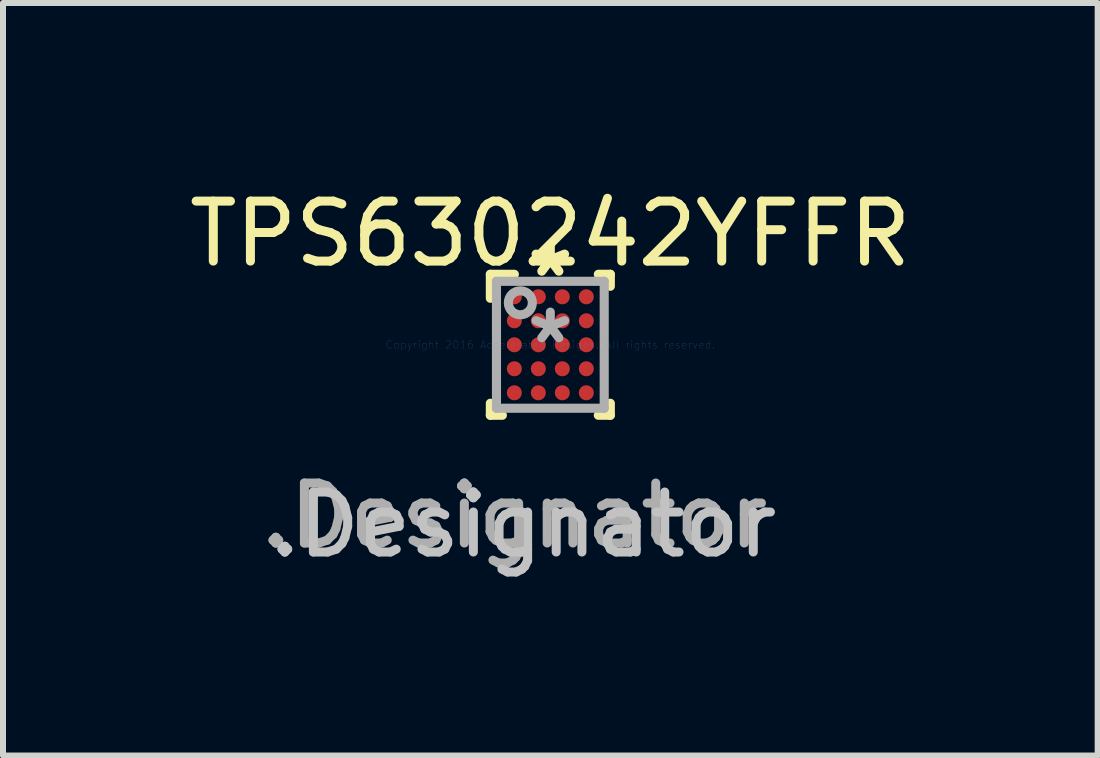
<source format=kicad_pcb>
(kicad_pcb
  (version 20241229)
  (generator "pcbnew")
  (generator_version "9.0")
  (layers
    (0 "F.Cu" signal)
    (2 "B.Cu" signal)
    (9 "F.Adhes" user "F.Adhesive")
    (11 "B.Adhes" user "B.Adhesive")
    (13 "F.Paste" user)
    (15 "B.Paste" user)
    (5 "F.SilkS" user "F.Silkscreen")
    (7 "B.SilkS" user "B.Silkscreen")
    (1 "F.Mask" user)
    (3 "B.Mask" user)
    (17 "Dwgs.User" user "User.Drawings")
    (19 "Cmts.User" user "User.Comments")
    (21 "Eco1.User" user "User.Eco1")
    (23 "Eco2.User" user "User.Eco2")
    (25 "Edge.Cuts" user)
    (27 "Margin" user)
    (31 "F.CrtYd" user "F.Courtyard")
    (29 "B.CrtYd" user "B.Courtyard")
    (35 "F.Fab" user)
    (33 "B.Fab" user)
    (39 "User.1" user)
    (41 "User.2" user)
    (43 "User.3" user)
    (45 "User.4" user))
  (footprint "TPS630242YFFR"
    (layer "F.Cu")
    (at 6.125 2.698)
    (property "Reference" "TPS630242YFFR" (at 0 -1.85 0) (layer "F.SilkS") (effects (font (size 1 1) (thickness 0.15))))
    (attr through_hole)
    (fp_line (start -1 -1.175) (end -0.6 -1.175) (stroke (width 0.152) (type solid)) (layer "F.SilkS"))
    (fp_line (start -1 -0.775) (end -1 -1.175) (stroke (width 0.152) (type solid)) (layer "F.SilkS"))
    (fp_line (start -1 1.175) (end -1 0.975) (stroke (width 0.152) (type solid)) (layer "F.SilkS"))
    (fp_line (start -1 1.175) (end -0.8 1.175) (stroke (width 0.152) (type solid)) (layer "F.SilkS"))
    (fp_line (start 0.8 -1.175) (end 1 -1.175) (stroke (width 0.152) (type solid)) (layer "F.SilkS"))
    (fp_line (start 0.8 1.175) (end 1 1.175) (stroke (width 0.152) (type solid)) (layer "F.SilkS"))
    (fp_line (start 1 -0.975) (end 1 -1.175) (stroke (width 0.152) (type solid)) (layer "F.SilkS"))
    (fp_line (start 1 1.175) (end 1 0.975) (stroke (width 0.152) (type solid)) (layer "F.SilkS"))
    (fp_line (start -0.725 -0.875) (end -0.725 -0.725) (stroke (width 0.152) (type solid)) (layer "F.Paste"))
    (fp_line (start -0.725 -0.725) (end -0.675 -0.725) (stroke (width 0.152) (type solid)) (layer "F.Paste"))
    (fp_line (start -0.725 -0.475) (end -0.725 -0.325) (stroke (width 0.152) (type solid)) (layer "F.Paste"))
    (fp_line (start -0.725 -0.325) (end -0.675 -0.325) (stroke (width 0.152) (type solid)) (layer "F.Paste"))
    (fp_line (start -0.725 -0.075) (end -0.725 0.075) (stroke (width 0.152) (type solid)) (layer "F.Paste"))
    (fp_line (start -0.725 0.075) (end -0.675 0.075) (stroke (width 0.152) (type solid)) (layer "F.Paste"))
    (fp_line (start -0.725 0.325) (end -0.725 0.475) (stroke (width 0.152) (type solid)) (layer "F.Paste"))
    (fp_line (start -0.725 0.475) (end -0.675 0.475) (stroke (width 0.152) (type solid)) (layer "F.Paste"))
    (fp_line (start -0.725 0.725) (end -0.725 0.875) (stroke (width 0.152) (type solid)) (layer "F.Paste"))
    (fp_line (start -0.725 0.875) (end -0.675 0.875) (stroke (width 0.152) (type solid)) (layer "F.Paste"))
    (fp_line (start -0.675 -0.925) (end -0.675 -0.875) (stroke (width 0.152) (type solid)) (layer "F.Paste"))
    (fp_line (start -0.675 -0.875) (end -0.675 -0.725) (stroke (width 0.152) (type solid)) (layer "F.Paste"))
    (fp_line (start -0.675 -0.875) (end -0.725 -0.875) (stroke (width 0.152) (type solid)) (layer "F.Paste"))
    (fp_line (start -0.675 -0.875) (end -0.525 -0.875) (stroke (width 0.152) (type solid)) (layer "F.Paste"))
    (fp_line (start -0.675 -0.725) (end -0.675 -0.875) (stroke (width 0.152) (type solid)) (layer "F.Paste"))
    (fp_line (start -0.675 -0.725) (end -0.675 -0.675) (stroke (width 0.152) (type solid)) (layer "F.Paste"))
    (fp_line (start -0.675 -0.725) (end -0.525 -0.725) (stroke (width 0.152) (type solid)) (layer "F.Paste"))
    (fp_line (start -0.675 -0.675) (end -0.525 -0.675) (stroke (width 0.152) (type solid)) (layer "F.Paste"))
    (fp_line (start -0.675 -0.525) (end -0.675 -0.475) (stroke (width 0.152) (type solid)) (layer "F.Paste"))
    (fp_line (start -0.675 -0.475) (end -0.675 -0.325) (stroke (width 0.152) (type solid)) (layer "F.Paste"))
    (fp_line (start -0.675 -0.475) (end -0.725 -0.475) (stroke (width 0.152) (type solid)) (layer "F.Paste"))
    (fp_line (start -0.675 -0.475) (end -0.525 -0.475) (stroke (width 0.152) (type solid)) (layer "F.Paste"))
    (fp_line (start -0.675 -0.325) (end -0.675 -0.475) (stroke (width 0.152) (type solid)) (layer "F.Paste"))
    (fp_line (start -0.675 -0.325) (end -0.675 -0.275) (stroke (width 0.152) (type solid)) (layer "F.Paste"))
    (fp_line (start -0.675 -0.325) (end -0.525 -0.325) (stroke (width 0.152) (type solid)) (layer "F.Paste"))
    (fp_line (start -0.675 -0.275) (end -0.525 -0.275) (stroke (width 0.152) (type solid)) (layer "F.Paste"))
    (fp_line (start -0.675 -0.125) (end -0.675 -0.075) (stroke (width 0.152) (type solid)) (layer "F.Paste"))
    (fp_line (start -0.675 -0.075) (end -0.675 0.075) (stroke (width 0.152) (type solid)) (layer "F.Paste"))
    (fp_line (start -0.675 -0.075) (end -0.725 -0.075) (stroke (width 0.152) (type solid)) (layer "F.Paste"))
    (fp_line (start -0.675 -0.075) (end -0.525 -0.075) (stroke (width 0.152) (type solid)) (layer "F.Paste"))
    (fp_line (start -0.675 0.075) (end -0.675 -0.075) (stroke (width 0.152) (type solid)) (layer "F.Paste"))
    (fp_line (start -0.675 0.075) (end -0.675 0.125) (stroke (width 0.152) (type solid)) (layer "F.Paste"))
    (fp_line (start -0.675 0.075) (end -0.525 0.075) (stroke (width 0.152) (type solid)) (layer "F.Paste"))
    (fp_line (start -0.675 0.125) (end -0.525 0.125) (stroke (width 0.152) (type solid)) (layer "F.Paste"))
    (fp_line (start -0.675 0.275) (end -0.675 0.325) (stroke (width 0.152) (type solid)) (layer "F.Paste"))
    (fp_line (start -0.675 0.325) (end -0.675 0.475) (stroke (width 0.152) (type solid)) (layer "F.Paste"))
    (fp_line (start -0.675 0.325) (end -0.725 0.325) (stroke (width 0.152) (type solid)) (layer "F.Paste"))
    (fp_line (start -0.675 0.325) (end -0.525 0.325) (stroke (width 0.152) (type solid)) (layer "F.Paste"))
    (fp_line (start -0.675 0.475) (end -0.675 0.325) (stroke (width 0.152) (type solid)) (layer "F.Paste"))
    (fp_line (start -0.675 0.475) (end -0.675 0.525) (stroke (width 0.152) (type solid)) (layer "F.Paste"))
    (fp_line (start -0.675 0.475) (end -0.525 0.475) (stroke (width 0.152) (type solid)) (layer "F.Paste"))
    (fp_line (start -0.675 0.525) (end -0.525 0.525) (stroke (width 0.152) (type solid)) (layer "F.Paste"))
    (fp_line (start -0.675 0.675) (end -0.675 0.725) (stroke (width 0.152) (type solid)) (layer "F.Paste"))
    (fp_line (start -0.675 0.725) (end -0.675 0.875) (stroke (width 0.152) (type solid)) (layer "F.Paste"))
    (fp_line (start -0.675 0.725) (end -0.725 0.725) (stroke (width 0.152) (type solid)) (layer "F.Paste"))
    (fp_line (start -0.675 0.725) (end -0.525 0.725) (stroke (width 0.152) (type solid)) (layer "F.Paste"))
    (fp_line (start -0.675 0.875) (end -0.675 0.725) (stroke (width 0.152) (type solid)) (layer "F.Paste"))
    (fp_line (start -0.675 0.875) (end -0.675 0.925) (stroke (width 0.152) (type solid)) (layer "F.Paste"))
    (fp_line (start -0.675 0.875) (end -0.525 0.875) (stroke (width 0.152) (type solid)) (layer "F.Paste"))
    (fp_line (start -0.675 0.925) (end -0.525 0.925) (stroke (width 0.152) (type solid)) (layer "F.Paste"))
    (fp_line (start -0.525 -0.925) (end -0.675 -0.925) (stroke (width 0.152) (type solid)) (layer "F.Paste"))
    (fp_line (start -0.525 -0.875) (end -0.525 -0.925) (stroke (width 0.152) (type solid)) (layer "F.Paste"))
    (fp_line (start -0.525 -0.875) (end -0.525 -0.725) (stroke (width 0.152) (type solid)) (layer "F.Paste"))
    (fp_line (start -0.525 -0.725) (end -0.675 -0.725) (stroke (width 0.152) (type solid)) (layer "F.Paste"))
    (fp_line (start -0.525 -0.725) (end -0.475 -0.725) (stroke (width 0.152) (type solid)) (layer "F.Paste"))
    (fp_line (start -0.525 -0.675) (end -0.525 -0.725) (stroke (width 0.152) (type solid)) (layer "F.Paste"))
    (fp_line (start -0.525 -0.525) (end -0.675 -0.525) (stroke (width 0.152) (type solid)) (layer "F.Paste"))
    (fp_line (start -0.525 -0.475) (end -0.525 -0.525) (stroke (width 0.152) (type solid)) (layer "F.Paste"))
    (fp_line (start -0.525 -0.475) (end -0.525 -0.325) (stroke (width 0.152) (type solid)) (layer "F.Paste"))
    (fp_line (start -0.525 -0.325) (end -0.675 -0.325) (stroke (width 0.152) (type solid)) (layer "F.Paste"))
    (fp_line (start -0.525 -0.325) (end -0.475 -0.325) (stroke (width 0.152) (type solid)) (layer "F.Paste"))
    (fp_line (start -0.525 -0.275) (end -0.525 -0.325) (stroke (width 0.152) (type solid)) (layer "F.Paste"))
    (fp_line (start -0.525 -0.125) (end -0.675 -0.125) (stroke (width 0.152) (type solid)) (layer "F.Paste"))
    (fp_line (start -0.525 -0.075) (end -0.525 -0.125) (stroke (width 0.152) (type solid)) (layer "F.Paste"))
    (fp_line (start -0.525 -0.075) (end -0.525 0.075) (stroke (width 0.152) (type solid)) (layer "F.Paste"))
    (fp_line (start -0.525 0.075) (end -0.675 0.075) (stroke (width 0.152) (type solid)) (layer "F.Paste"))
    (fp_line (start -0.525 0.075) (end -0.475 0.075) (stroke (width 0.152) (type solid)) (layer "F.Paste"))
    (fp_line (start -0.525 0.125) (end -0.525 0.075) (stroke (width 0.152) (type solid)) (layer "F.Paste"))
    (fp_line (start -0.525 0.275) (end -0.675 0.275) (stroke (width 0.152) (type solid)) (layer "F.Paste"))
    (fp_line (start -0.525 0.325) (end -0.525 0.275) (stroke (width 0.152) (type solid)) (layer "F.Paste"))
    (fp_line (start -0.525 0.325) (end -0.525 0.475) (stroke (width 0.152) (type solid)) (layer "F.Paste"))
    (fp_line (start -0.525 0.475) (end -0.675 0.475) (stroke (width 0.152) (type solid)) (layer "F.Paste"))
    (fp_line (start -0.525 0.475) (end -0.475 0.475) (stroke (width 0.152) (type solid)) (layer "F.Paste"))
    (fp_line (start -0.525 0.525) (end -0.525 0.475) (stroke (width 0.152) (type solid)) (layer "F.Paste"))
    (fp_line (start -0.525 0.675) (end -0.675 0.675) (stroke (width 0.152) (type solid)) (layer "F.Paste"))
    (fp_line (start -0.525 0.725) (end -0.525 0.675) (stroke (width 0.152) (type solid)) (layer "F.Paste"))
    (fp_line (start -0.525 0.725) (end -0.525 0.875) (stroke (width 0.152) (type solid)) (layer "F.Paste"))
    (fp_line (start -0.525 0.875) (end -0.675 0.875) (stroke (width 0.152) (type solid)) (layer "F.Paste"))
    (fp_line (start -0.525 0.875) (end -0.475 0.875) (stroke (width 0.152) (type solid)) (layer "F.Paste"))
    (fp_line (start -0.525 0.925) (end -0.525 0.875) (stroke (width 0.152) (type solid)) (layer "F.Paste"))
    (fp_line (start -0.525 -0.875) (end -0.675 -0.875) (stroke (width 0.152) (type solid)) (layer "F.Paste"))
    (fp_line (start -0.525 -0.725) (end -0.525 -0.875) (stroke (width 0.152) (type solid)) (layer "F.Paste"))
    (fp_line (start -0.525 -0.475) (end -0.675 -0.475) (stroke (width 0.152) (type solid)) (layer "F.Paste"))
    (fp_line (start -0.525 -0.325) (end -0.525 -0.475) (stroke (width 0.152) (type solid)) (layer "F.Paste"))
    (fp_line (start -0.525 -0.075) (end -0.675 -0.075) (stroke (width 0.152) (type solid)) (layer "F.Paste"))
    (fp_line (start -0.525 0.075) (end -0.525 -0.075) (stroke (width 0.152) (type solid)) (layer "F.Paste"))
    (fp_line (start -0.525 0.325) (end -0.675 0.325) (stroke (width 0.152) (type solid)) (layer "F.Paste"))
    (fp_line (start -0.525 0.475) (end -0.525 0.325) (stroke (width 0.152) (type solid)) (layer "F.Paste"))
    (fp_line (start -0.525 0.725) (end -0.675 0.725) (stroke (width 0.152) (type solid)) (layer "F.Paste"))
    (fp_line (start -0.525 0.875) (end -0.525 0.725) (stroke (width 0.152) (type solid)) (layer "F.Paste"))
    (fp_line (start -0.475 -0.875) (end -0.525 -0.875) (stroke (width 0.152) (type solid)) (layer "F.Paste"))
    (fp_line (start -0.475 -0.725) (end -0.475 -0.875) (stroke (width 0.152) (type solid)) (layer "F.Paste"))
    (fp_line (start -0.475 -0.475) (end -0.525 -0.475) (stroke (width 0.152) (type solid)) (layer "F.Paste"))
    (fp_line (start -0.475 -0.325) (end -0.475 -0.475) (stroke (width 0.152) (type solid)) (layer "F.Paste"))
    (fp_line (start -0.475 -0.075) (end -0.525 -0.075) (stroke (width 0.152) (type solid)) (layer "F.Paste"))
    (fp_line (start -0.475 0.075) (end -0.475 -0.075) (stroke (width 0.152) (type solid)) (layer "F.Paste"))
    (fp_line (start -0.475 0.325) (end -0.525 0.325) (stroke (width 0.152) (type solid)) (layer "F.Paste"))
    (fp_line (start -0.475 0.475) (end -0.475 0.325) (stroke (width 0.152) (type solid)) (layer "F.Paste"))
    (fp_line (start -0.475 0.725) (end -0.525 0.725) (stroke (width 0.152) (type solid)) (layer "F.Paste"))
    (fp_line (start -0.475 0.875) (end -0.475 0.725) (stroke (width 0.152) (type solid)) (layer "F.Paste"))
    (fp_line (start -0.325 -0.875) (end -0.325 -0.725) (stroke (width 0.152) (type solid)) (layer "F.Paste"))
    (fp_line (start -0.325 -0.725) (end -0.275 -0.725) (stroke (width 0.152) (type solid)) (layer "F.Paste"))
    (fp_line (start -0.325 -0.475) (end -0.325 -0.325) (stroke (width 0.152) (type solid)) (layer "F.Paste"))
    (fp_line (start -0.325 -0.325) (end -0.275 -0.325) (stroke (width 0.152) (type solid)) (layer "F.Paste"))
    (fp_line (start -0.325 -0.075) (end -0.325 0.075) (stroke (width 0.152) (type solid)) (layer "F.Paste"))
    (fp_line (start -0.325 0.075) (end -0.275 0.075) (stroke (width 0.152) (type solid)) (layer "F.Paste"))
    (fp_line (start -0.325 0.325) (end -0.325 0.475) (stroke (width 0.152) (type solid)) (layer "F.Paste"))
    (fp_line (start -0.325 0.475) (end -0.275 0.475) (stroke (width 0.152) (type solid)) (layer "F.Paste"))
    (fp_line (start -0.325 0.725) (end -0.325 0.875) (stroke (width 0.152) (type solid)) (layer "F.Paste"))
    (fp_line (start -0.325 0.875) (end -0.275 0.875) (stroke (width 0.152) (type solid)) (layer "F.Paste"))
    (fp_line (start -0.275 -0.925) (end -0.275 -0.875) (stroke (width 0.152) (type solid)) (layer "F.Paste"))
    (fp_line (start -0.275 -0.875) (end -0.275 -0.725) (stroke (width 0.152) (type solid)) (layer "F.Paste"))
    (fp_line (start -0.275 -0.875) (end -0.325 -0.875) (stroke (width 0.152) (type solid)) (layer "F.Paste"))
    (fp_line (start -0.275 -0.875) (end -0.125 -0.875) (stroke (width 0.152) (type solid)) (layer "F.Paste"))
    (fp_line (start -0.275 -0.725) (end -0.275 -0.875) (stroke (width 0.152) (type solid)) (layer "F.Paste"))
    (fp_line (start -0.275 -0.725) (end -0.275 -0.675) (stroke (width 0.152) (type solid)) (layer "F.Paste"))
    (fp_line (start -0.275 -0.725) (end -0.125 -0.725) (stroke (width 0.152) (type solid)) (layer "F.Paste"))
    (fp_line (start -0.275 -0.675) (end -0.125 -0.675) (stroke (width 0.152) (type solid)) (layer "F.Paste"))
    (fp_line (start -0.275 -0.525) (end -0.275 -0.475) (stroke (width 0.152) (type solid)) (layer "F.Paste"))
    (fp_line (start -0.275 -0.475) (end -0.275 -0.325) (stroke (width 0.152) (type solid)) (layer "F.Paste"))
    (fp_line (start -0.275 -0.475) (end -0.325 -0.475) (stroke (width 0.152) (type solid)) (layer "F.Paste"))
    (fp_line (start -0.275 -0.475) (end -0.125 -0.475) (stroke (width 0.152) (type solid)) (layer "F.Paste"))
    (fp_line (start -0.275 -0.325) (end -0.275 -0.475) (stroke (width 0.152) (type solid)) (layer "F.Paste"))
    (fp_line (start -0.275 -0.325) (end -0.275 -0.275) (stroke (width 0.152) (type solid)) (layer "F.Paste"))
    (fp_line (start -0.275 -0.325) (end -0.125 -0.325) (stroke (width 0.152) (type solid)) (layer "F.Paste"))
    (fp_line (start -0.275 -0.275) (end -0.125 -0.275) (stroke (width 0.152) (type solid)) (layer "F.Paste"))
    (fp_line (start -0.275 -0.125) (end -0.275 -0.075) (stroke (width 0.152) (type solid)) (layer "F.Paste"))
    (fp_line (start -0.275 -0.075) (end -0.275 0.075) (stroke (width 0.152) (type solid)) (layer "F.Paste"))
    (fp_line (start -0.275 -0.075) (end -0.325 -0.075) (stroke (width 0.152) (type solid)) (layer "F.Paste"))
    (fp_line (start -0.275 -0.075) (end -0.125 -0.075) (stroke (width 0.152) (type solid)) (layer "F.Paste"))
    (fp_line (start -0.275 0.075) (end -0.275 -0.075) (stroke (width 0.152) (type solid)) (layer "F.Paste"))
    (fp_line (start -0.275 0.075) (end -0.275 0.125) (stroke (width 0.152) (type solid)) (layer "F.Paste"))
    (fp_line (start -0.275 0.075) (end -0.125 0.075) (stroke (width 0.152) (type solid)) (layer "F.Paste"))
    (fp_line (start -0.275 0.125) (end -0.125 0.125) (stroke (width 0.152) (type solid)) (layer "F.Paste"))
    (fp_line (start -0.275 0.275) (end -0.275 0.325) (stroke (width 0.152) (type solid)) (layer "F.Paste"))
    (fp_line (start -0.275 0.325) (end -0.275 0.475) (stroke (width 0.152) (type solid)) (layer "F.Paste"))
    (fp_line (start -0.275 0.325) (end -0.325 0.325) (stroke (width 0.152) (type solid)) (layer "F.Paste"))
    (fp_line (start -0.275 0.325) (end -0.125 0.325) (stroke (width 0.152) (type solid)) (layer "F.Paste"))
    (fp_line (start -0.275 0.475) (end -0.275 0.325) (stroke (width 0.152) (type solid)) (layer "F.Paste"))
    (fp_line (start -0.275 0.475) (end -0.275 0.525) (stroke (width 0.152) (type solid)) (layer "F.Paste"))
    (fp_line (start -0.275 0.475) (end -0.125 0.475) (stroke (width 0.152) (type solid)) (layer "F.Paste"))
    (fp_line (start -0.275 0.525) (end -0.125 0.525) (stroke (width 0.152) (type solid)) (layer "F.Paste"))
    (fp_line (start -0.275 0.675) (end -0.275 0.725) (stroke (width 0.152) (type solid)) (layer "F.Paste"))
    (fp_line (start -0.275 0.725) (end -0.275 0.875) (stroke (width 0.152) (type solid)) (layer "F.Paste"))
    (fp_line (start -0.275 0.725) (end -0.325 0.725) (stroke (width 0.152) (type solid)) (layer "F.Paste"))
    (fp_line (start -0.275 0.725) (end -0.125 0.725) (stroke (width 0.152) (type solid)) (layer "F.Paste"))
    (fp_line (start -0.275 0.875) (end -0.275 0.725) (stroke (width 0.152) (type solid)) (layer "F.Paste"))
    (fp_line (start -0.275 0.875) (end -0.275 0.925) (stroke (width 0.152) (type solid)) (layer "F.Paste"))
    (fp_line (start -0.275 0.875) (end -0.125 0.875) (stroke (width 0.152) (type solid)) (layer "F.Paste"))
    (fp_line (start -0.275 0.925) (end -0.125 0.925) (stroke (width 0.152) (type solid)) (layer "F.Paste"))
    (fp_line (start -0.125 -0.925) (end -0.275 -0.925) (stroke (width 0.152) (type solid)) (layer "F.Paste"))
    (fp_line (start -0.125 -0.875) (end -0.125 -0.925) (stroke (width 0.152) (type solid)) (layer "F.Paste"))
    (fp_line (start -0.125 -0.875) (end -0.125 -0.725) (stroke (width 0.152) (type solid)) (layer "F.Paste"))
    (fp_line (start -0.125 -0.725) (end -0.275 -0.725) (stroke (width 0.152) (type solid)) (layer "F.Paste"))
    (fp_line (start -0.125 -0.725) (end -0.075 -0.725) (stroke (width 0.152) (type solid)) (layer "F.Paste"))
    (fp_line (start -0.125 -0.675) (end -0.125 -0.725) (stroke (width 0.152) (type solid)) (layer "F.Paste"))
    (fp_line (start -0.125 -0.525) (end -0.275 -0.525) (stroke (width 0.152) (type solid)) (layer "F.Paste"))
    (fp_line (start -0.125 -0.475) (end -0.125 -0.525) (stroke (width 0.152) (type solid)) (layer "F.Paste"))
    (fp_line (start -0.125 -0.475) (end -0.125 -0.325) (stroke (width 0.152) (type solid)) (layer "F.Paste"))
    (fp_line (start -0.125 -0.325) (end -0.275 -0.325) (stroke (width 0.152) (type solid)) (layer "F.Paste"))
    (fp_line (start -0.125 -0.325) (end -0.075 -0.325) (stroke (width 0.152) (type solid)) (layer "F.Paste"))
    (fp_line (start -0.125 -0.275) (end -0.125 -0.325) (stroke (width 0.152) (type solid)) (layer "F.Paste"))
    (fp_line (start -0.125 -0.125) (end -0.275 -0.125) (stroke (width 0.152) (type solid)) (layer "F.Paste"))
    (fp_line (start -0.125 -0.075) (end -0.125 -0.125) (stroke (width 0.152) (type solid)) (layer "F.Paste"))
    (fp_line (start -0.125 -0.075) (end -0.125 0.075) (stroke (width 0.152) (type solid)) (layer "F.Paste"))
    (fp_line (start -0.125 0.075) (end -0.275 0.075) (stroke (width 0.152) (type solid)) (layer "F.Paste"))
    (fp_line (start -0.125 0.075) (end -0.075 0.075) (stroke (width 0.152) (type solid)) (layer "F.Paste"))
    (fp_line (start -0.125 0.125) (end -0.125 0.075) (stroke (width 0.152) (type solid)) (layer "F.Paste"))
    (fp_line (start -0.125 0.275) (end -0.275 0.275) (stroke (width 0.152) (type solid)) (layer "F.Paste"))
    (fp_line (start -0.125 0.325) (end -0.125 0.275) (stroke (width 0.152) (type solid)) (layer "F.Paste"))
    (fp_line (start -0.125 0.325) (end -0.125 0.475) (stroke (width 0.152) (type solid)) (layer "F.Paste"))
    (fp_line (start -0.125 0.475) (end -0.275 0.475) (stroke (width 0.152) (type solid)) (layer "F.Paste"))
    (fp_line (start -0.125 0.475) (end -0.075 0.475) (stroke (width 0.152) (type solid)) (layer "F.Paste"))
    (fp_line (start -0.125 0.525) (end -0.125 0.475) (stroke (width 0.152) (type solid)) (layer "F.Paste"))
    (fp_line (start -0.125 0.675) (end -0.275 0.675) (stroke (width 0.152) (type solid)) (layer "F.Paste"))
    (fp_line (start -0.125 0.725) (end -0.125 0.675) (stroke (width 0.152) (type solid)) (layer "F.Paste"))
    (fp_line (start -0.125 0.725) (end -0.125 0.875) (stroke (width 0.152) (type solid)) (layer "F.Paste"))
    (fp_line (start -0.125 0.875) (end -0.275 0.875) (stroke (width 0.152) (type solid)) (layer "F.Paste"))
    (fp_line (start -0.125 0.875) (end -0.075 0.875) (stroke (width 0.152) (type solid)) (layer "F.Paste"))
    (fp_line (start -0.125 0.925) (end -0.125 0.875) (stroke (width 0.152) (type solid)) (layer "F.Paste"))
    (fp_line (start -0.125 -0.875) (end -0.275 -0.875) (stroke (width 0.152) (type solid)) (layer "F.Paste"))
    (fp_line (start -0.125 -0.725) (end -0.125 -0.875) (stroke (width 0.152) (type solid)) (layer "F.Paste"))
    (fp_line (start -0.125 -0.475) (end -0.275 -0.475) (stroke (width 0.152) (type solid)) (layer "F.Paste"))
    (fp_line (start -0.125 -0.325) (end -0.125 -0.475) (stroke (width 0.152) (type solid)) (layer "F.Paste"))
    (fp_line (start -0.125 -0.075) (end -0.275 -0.075) (stroke (width 0.152) (type solid)) (layer "F.Paste"))
    (fp_line (start -0.125 0.075) (end -0.125 -0.075) (stroke (width 0.152) (type solid)) (layer "F.Paste"))
    (fp_line (start -0.125 0.325) (end -0.275 0.325) (stroke (width 0.152) (type solid)) (layer "F.Paste"))
    (fp_line (start -0.125 0.475) (end -0.125 0.325) (stroke (width 0.152) (type solid)) (layer "F.Paste"))
    (fp_line (start -0.125 0.725) (end -0.275 0.725) (stroke (width 0.152) (type solid)) (layer "F.Paste"))
    (fp_line (start -0.125 0.875) (end -0.125 0.725) (stroke (width 0.152) (type solid)) (layer "F.Paste"))
    (fp_line (start -0.075 -0.875) (end -0.125 -0.875) (stroke (width 0.152) (type solid)) (layer "F.Paste"))
    (fp_line (start -0.075 -0.725) (end -0.075 -0.875) (stroke (width 0.152) (type solid)) (layer "F.Paste"))
    (fp_line (start -0.075 -0.475) (end -0.125 -0.475) (stroke (width 0.152) (type solid)) (layer "F.Paste"))
    (fp_line (start -0.075 -0.325) (end -0.075 -0.475) (stroke (width 0.152) (type solid)) (layer "F.Paste"))
    (fp_line (start -0.075 -0.075) (end -0.125 -0.075) (stroke (width 0.152) (type solid)) (layer "F.Paste"))
    (fp_line (start -0.075 0.075) (end -0.075 -0.075) (stroke (width 0.152) (type solid)) (layer "F.Paste"))
    (fp_line (start -0.075 0.325) (end -0.125 0.325) (stroke (width 0.152) (type solid)) (layer "F.Paste"))
    (fp_line (start -0.075 0.475) (end -0.075 0.325) (stroke (width 0.152) (type solid)) (layer "F.Paste"))
    (fp_line (start -0.075 0.725) (end -0.125 0.725) (stroke (width 0.152) (type solid)) (layer "F.Paste"))
    (fp_line (start -0.075 0.875) (end -0.075 0.725) (stroke (width 0.152) (type solid)) (layer "F.Paste"))
    (fp_line (start 0.075 -0.875) (end 0.075 -0.725) (stroke (width 0.152) (type solid)) (layer "F.Paste"))
    (fp_line (start 0.075 -0.725) (end 0.125 -0.725) (stroke (width 0.152) (type solid)) (layer "F.Paste"))
    (fp_line (start 0.075 -0.475) (end 0.075 -0.325) (stroke (width 0.152) (type solid)) (layer "F.Paste"))
    (fp_line (start 0.075 -0.325) (end 0.125 -0.325) (stroke (width 0.152) (type solid)) (layer "F.Paste"))
    (fp_line (start 0.075 -0.075) (end 0.075 0.075) (stroke (width 0.152) (type solid)) (layer "F.Paste"))
    (fp_line (start 0.075 0.075) (end 0.125 0.075) (stroke (width 0.152) (type solid)) (layer "F.Paste"))
    (fp_line (start 0.075 0.325) (end 0.075 0.475) (stroke (width 0.152) (type solid)) (layer "F.Paste"))
    (fp_line (start 0.075 0.475) (end 0.125 0.475) (stroke (width 0.152) (type solid)) (layer "F.Paste"))
    (fp_line (start 0.075 0.725) (end 0.075 0.875) (stroke (width 0.152) (type solid)) (layer "F.Paste"))
    (fp_line (start 0.075 0.875) (end 0.125 0.875) (stroke (width 0.152) (type solid)) (layer "F.Paste"))
    (fp_line (start 0.125 -0.925) (end 0.125 -0.875) (stroke (width 0.152) (type solid)) (layer "F.Paste"))
    (fp_line (start 0.125 -0.875) (end 0.125 -0.725) (stroke (width 0.152) (type solid)) (layer "F.Paste"))
    (fp_line (start 0.125 -0.875) (end 0.075 -0.875) (stroke (width 0.152) (type solid)) (layer "F.Paste"))
    (fp_line (start 0.125 -0.875) (end 0.275 -0.875) (stroke (width 0.152) (type solid)) (layer "F.Paste"))
    (fp_line (start 0.125 -0.725) (end 0.125 -0.875) (stroke (width 0.152) (type solid)) (layer "F.Paste"))
    (fp_line (start 0.125 -0.725) (end 0.125 -0.675) (stroke (width 0.152) (type solid)) (layer "F.Paste"))
    (fp_line (start 0.125 -0.725) (end 0.275 -0.725) (stroke (width 0.152) (type solid)) (layer "F.Paste"))
    (fp_line (start 0.125 -0.675) (end 0.275 -0.675) (stroke (width 0.152) (type solid)) (layer "F.Paste"))
    (fp_line (start 0.125 -0.525) (end 0.125 -0.475) (stroke (width 0.152) (type solid)) (layer "F.Paste"))
    (fp_line (start 0.125 -0.475) (end 0.125 -0.325) (stroke (width 0.152) (type solid)) (layer "F.Paste"))
    (fp_line (start 0.125 -0.475) (end 0.075 -0.475) (stroke (width 0.152) (type solid)) (layer "F.Paste"))
    (fp_line (start 0.125 -0.475) (end 0.275 -0.475) (stroke (width 0.152) (type solid)) (layer "F.Paste"))
    (fp_line (start 0.125 -0.325) (end 0.125 -0.475) (stroke (width 0.152) (type solid)) (layer "F.Paste"))
    (fp_line (start 0.125 -0.325) (end 0.125 -0.275) (stroke (width 0.152) (type solid)) (layer "F.Paste"))
    (fp_line (start 0.125 -0.325) (end 0.275 -0.325) (stroke (width 0.152) (type solid)) (layer "F.Paste"))
    (fp_line (start 0.125 -0.275) (end 0.275 -0.275) (stroke (width 0.152) (type solid)) (layer "F.Paste"))
    (fp_line (start 0.125 -0.125) (end 0.125 -0.075) (stroke (width 0.152) (type solid)) (layer "F.Paste"))
    (fp_line (start 0.125 -0.075) (end 0.125 0.075) (stroke (width 0.152) (type solid)) (layer "F.Paste"))
    (fp_line (start 0.125 -0.075) (end 0.075 -0.075) (stroke (width 0.152) (type solid)) (layer "F.Paste"))
    (fp_line (start 0.125 -0.075) (end 0.275 -0.075) (stroke (width 0.152) (type solid)) (layer "F.Paste"))
    (fp_line (start 0.125 0.075) (end 0.125 -0.075) (stroke (width 0.152) (type solid)) (layer "F.Paste"))
    (fp_line (start 0.125 0.075) (end 0.125 0.125) (stroke (width 0.152) (type solid)) (layer "F.Paste"))
    (fp_line (start 0.125 0.075) (end 0.275 0.075) (stroke (width 0.152) (type solid)) (layer "F.Paste"))
    (fp_line (start 0.125 0.125) (end 0.275 0.125) (stroke (width 0.152) (type solid)) (layer "F.Paste"))
    (fp_line (start 0.125 0.275) (end 0.125 0.325) (stroke (width 0.152) (type solid)) (layer "F.Paste"))
    (fp_line (start 0.125 0.325) (end 0.125 0.475) (stroke (width 0.152) (type solid)) (layer "F.Paste"))
    (fp_line (start 0.125 0.325) (end 0.075 0.325) (stroke (width 0.152) (type solid)) (layer "F.Paste"))
    (fp_line (start 0.125 0.325) (end 0.275 0.325) (stroke (width 0.152) (type solid)) (layer "F.Paste"))
    (fp_line (start 0.125 0.475) (end 0.125 0.325) (stroke (width 0.152) (type solid)) (layer "F.Paste"))
    (fp_line (start 0.125 0.475) (end 0.125 0.525) (stroke (width 0.152) (type solid)) (layer "F.Paste"))
    (fp_line (start 0.125 0.475) (end 0.275 0.475) (stroke (width 0.152) (type solid)) (layer "F.Paste"))
    (fp_line (start 0.125 0.525) (end 0.275 0.525) (stroke (width 0.152) (type solid)) (layer "F.Paste"))
    (fp_line (start 0.125 0.675) (end 0.125 0.725) (stroke (width 0.152) (type solid)) (layer "F.Paste"))
    (fp_line (start 0.125 0.725) (end 0.125 0.875) (stroke (width 0.152) (type solid)) (layer "F.Paste"))
    (fp_line (start 0.125 0.725) (end 0.075 0.725) (stroke (width 0.152) (type solid)) (layer "F.Paste"))
    (fp_line (start 0.125 0.725) (end 0.275 0.725) (stroke (width 0.152) (type solid)) (layer "F.Paste"))
    (fp_line (start 0.125 0.875) (end 0.125 0.725) (stroke (width 0.152) (type solid)) (layer "F.Paste"))
    (fp_line (start 0.125 0.875) (end 0.125 0.925) (stroke (width 0.152) (type solid)) (layer "F.Paste"))
    (fp_line (start 0.125 0.875) (end 0.275 0.875) (stroke (width 0.152) (type solid)) (layer "F.Paste"))
    (fp_line (start 0.125 0.925) (end 0.275 0.925) (stroke (width 0.152) (type solid)) (layer "F.Paste"))
    (fp_line (start 0.275 -0.925) (end 0.125 -0.925) (stroke (width 0.152) (type solid)) (layer "F.Paste"))
    (fp_line (start 0.275 -0.875) (end 0.275 -0.925) (stroke (width 0.152) (type solid)) (layer "F.Paste"))
    (fp_line (start 0.275 -0.875) (end 0.275 -0.725) (stroke (width 0.152) (type solid)) (layer "F.Paste"))
    (fp_line (start 0.275 -0.725) (end 0.125 -0.725) (stroke (width 0.152) (type solid)) (layer "F.Paste"))
    (fp_line (start 0.275 -0.725) (end 0.325 -0.725) (stroke (width 0.152) (type solid)) (layer "F.Paste"))
    (fp_line (start 0.275 -0.675) (end 0.275 -0.725) (stroke (width 0.152) (type solid)) (layer "F.Paste"))
    (fp_line (start 0.275 -0.525) (end 0.125 -0.525) (stroke (width 0.152) (type solid)) (layer "F.Paste"))
    (fp_line (start 0.275 -0.475) (end 0.275 -0.525) (stroke (width 0.152) (type solid)) (layer "F.Paste"))
    (fp_line (start 0.275 -0.475) (end 0.275 -0.325) (stroke (width 0.152) (type solid)) (layer "F.Paste"))
    (fp_line (start 0.275 -0.325) (end 0.125 -0.325) (stroke (width 0.152) (type solid)) (layer "F.Paste"))
    (fp_line (start 0.275 -0.325) (end 0.325 -0.325) (stroke (width 0.152) (type solid)) (layer "F.Paste"))
    (fp_line (start 0.275 -0.275) (end 0.275 -0.325) (stroke (width 0.152) (type solid)) (layer "F.Paste"))
    (fp_line (start 0.275 -0.125) (end 0.125 -0.125) (stroke (width 0.152) (type solid)) (layer "F.Paste"))
    (fp_line (start 0.275 -0.075) (end 0.275 -0.125) (stroke (width 0.152) (type solid)) (layer "F.Paste"))
    (fp_line (start 0.275 -0.075) (end 0.275 0.075) (stroke (width 0.152) (type solid)) (layer "F.Paste"))
    (fp_line (start 0.275 0.075) (end 0.125 0.075) (stroke (width 0.152) (type solid)) (layer "F.Paste"))
    (fp_line (start 0.275 0.075) (end 0.325 0.075) (stroke (width 0.152) (type solid)) (layer "F.Paste"))
    (fp_line (start 0.275 0.125) (end 0.275 0.075) (stroke (width 0.152) (type solid)) (layer "F.Paste"))
    (fp_line (start 0.275 0.275) (end 0.125 0.275) (stroke (width 0.152) (type solid)) (layer "F.Paste"))
    (fp_line (start 0.275 0.325) (end 0.275 0.275) (stroke (width 0.152) (type solid)) (layer "F.Paste"))
    (fp_line (start 0.275 0.325) (end 0.275 0.475) (stroke (width 0.152) (type solid)) (layer "F.Paste"))
    (fp_line (start 0.275 0.475) (end 0.125 0.475) (stroke (width 0.152) (type solid)) (layer "F.Paste"))
    (fp_line (start 0.275 0.475) (end 0.325 0.475) (stroke (width 0.152) (type solid)) (layer "F.Paste"))
    (fp_line (start 0.275 0.525) (end 0.275 0.475) (stroke (width 0.152) (type solid)) (layer "F.Paste"))
    (fp_line (start 0.275 0.675) (end 0.125 0.675) (stroke (width 0.152) (type solid)) (layer "F.Paste"))
    (fp_line (start 0.275 0.725) (end 0.275 0.675) (stroke (width 0.152) (type solid)) (layer "F.Paste"))
    (fp_line (start 0.275 0.725) (end 0.275 0.875) (stroke (width 0.152) (type solid)) (layer "F.Paste"))
    (fp_line (start 0.275 0.875) (end 0.125 0.875) (stroke (width 0.152) (type solid)) (layer "F.Paste"))
    (fp_line (start 0.275 0.875) (end 0.325 0.875) (stroke (width 0.152) (type solid)) (layer "F.Paste"))
    (fp_line (start 0.275 0.925) (end 0.275 0.875) (stroke (width 0.152) (type solid)) (layer "F.Paste"))
    (fp_line (start 0.275 -0.875) (end 0.125 -0.875) (stroke (width 0.152) (type solid)) (layer "F.Paste"))
    (fp_line (start 0.275 -0.725) (end 0.275 -0.875) (stroke (width 0.152) (type solid)) (layer "F.Paste"))
    (fp_line (start 0.275 -0.475) (end 0.125 -0.475) (stroke (width 0.152) (type solid)) (layer "F.Paste"))
    (fp_line (start 0.275 -0.325) (end 0.275 -0.475) (stroke (width 0.152) (type solid)) (layer "F.Paste"))
    (fp_line (start 0.275 -0.075) (end 0.125 -0.075) (stroke (width 0.152) (type solid)) (layer "F.Paste"))
    (fp_line (start 0.275 0.075) (end 0.275 -0.075) (stroke (width 0.152) (type solid)) (layer "F.Paste"))
    (fp_line (start 0.275 0.325) (end 0.125 0.325) (stroke (width 0.152) (type solid)) (layer "F.Paste"))
    (fp_line (start 0.275 0.475) (end 0.275 0.325) (stroke (width 0.152) (type solid)) (layer "F.Paste"))
    (fp_line (start 0.275 0.725) (end 0.125 0.725) (stroke (width 0.152) (type solid)) (layer "F.Paste"))
    (fp_line (start 0.275 0.875) (end 0.275 0.725) (stroke (width 0.152) (type solid)) (layer "F.Paste"))
    (fp_line (start 0.325 -0.875) (end 0.275 -0.875) (stroke (width 0.152) (type solid)) (layer "F.Paste"))
    (fp_line (start 0.325 -0.725) (end 0.325 -0.875) (stroke (width 0.152) (type solid)) (layer "F.Paste"))
    (fp_line (start 0.325 -0.475) (end 0.275 -0.475) (stroke (width 0.152) (type solid)) (layer "F.Paste"))
    (fp_line (start 0.325 -0.325) (end 0.325 -0.475) (stroke (width 0.152) (type solid)) (layer "F.Paste"))
    (fp_line (start 0.325 -0.075) (end 0.275 -0.075) (stroke (width 0.152) (type solid)) (layer "F.Paste"))
    (fp_line (start 0.325 0.075) (end 0.325 -0.075) (stroke (width 0.152) (type solid)) (layer "F.Paste"))
    (fp_line (start 0.325 0.325) (end 0.275 0.325) (stroke (width 0.152) (type solid)) (layer "F.Paste"))
    (fp_line (start 0.325 0.475) (end 0.325 0.325) (stroke (width 0.152) (type solid)) (layer "F.Paste"))
    (fp_line (start 0.325 0.725) (end 0.275 0.725) (stroke (width 0.152) (type solid)) (layer "F.Paste"))
    (fp_line (start 0.325 0.875) (end 0.325 0.725) (stroke (width 0.152) (type solid)) (layer "F.Paste"))
    (fp_line (start 0.475 -0.875) (end 0.475 -0.725) (stroke (width 0.152) (type solid)) (layer "F.Paste"))
    (fp_line (start 0.475 -0.725) (end 0.525 -0.725) (stroke (width 0.152) (type solid)) (layer "F.Paste"))
    (fp_line (start 0.475 -0.475) (end 0.475 -0.325) (stroke (width 0.152) (type solid)) (layer "F.Paste"))
    (fp_line (start 0.475 -0.325) (end 0.525 -0.325) (stroke (width 0.152) (type solid)) (layer "F.Paste"))
    (fp_line (start 0.475 -0.075) (end 0.475 0.075) (stroke (width 0.152) (type solid)) (layer "F.Paste"))
    (fp_line (start 0.475 0.075) (end 0.525 0.075) (stroke (width 0.152) (type solid)) (layer "F.Paste"))
    (fp_line (start 0.475 0.325) (end 0.475 0.475) (stroke (width 0.152) (type solid)) (layer "F.Paste"))
    (fp_line (start 0.475 0.475) (end 0.525 0.475) (stroke (width 0.152) (type solid)) (layer "F.Paste"))
    (fp_line (start 0.475 0.725) (end 0.475 0.875) (stroke (width 0.152) (type solid)) (layer "F.Paste"))
    (fp_line (start 0.475 0.875) (end 0.525 0.875) (stroke (width 0.152) (type solid)) (layer "F.Paste"))
    (fp_line (start 0.525 -0.925) (end 0.525 -0.875) (stroke (width 0.152) (type solid)) (layer "F.Paste"))
    (fp_line (start 0.525 -0.875) (end 0.525 -0.725) (stroke (width 0.152) (type solid)) (layer "F.Paste"))
    (fp_line (start 0.525 -0.875) (end 0.475 -0.875) (stroke (width 0.152) (type solid)) (layer "F.Paste"))
    (fp_line (start 0.525 -0.875) (end 0.675 -0.875) (stroke (width 0.152) (type solid)) (layer "F.Paste"))
    (fp_line (start 0.525 -0.725) (end 0.525 -0.875) (stroke (width 0.152) (type solid)) (layer "F.Paste"))
    (fp_line (start 0.525 -0.725) (end 0.525 -0.675) (stroke (width 0.152) (type solid)) (layer "F.Paste"))
    (fp_line (start 0.525 -0.725) (end 0.675 -0.725) (stroke (width 0.152) (type solid)) (layer "F.Paste"))
    (fp_line (start 0.525 -0.675) (end 0.675 -0.675) (stroke (width 0.152) (type solid)) (layer "F.Paste"))
    (fp_line (start 0.525 -0.525) (end 0.525 -0.475) (stroke (width 0.152) (type solid)) (layer "F.Paste"))
    (fp_line (start 0.525 -0.475) (end 0.525 -0.325) (stroke (width 0.152) (type solid)) (layer "F.Paste"))
    (fp_line (start 0.525 -0.475) (end 0.475 -0.475) (stroke (width 0.152) (type solid)) (layer "F.Paste"))
    (fp_line (start 0.525 -0.475) (end 0.675 -0.475) (stroke (width 0.152) (type solid)) (layer "F.Paste"))
    (fp_line (start 0.525 -0.325) (end 0.525 -0.475) (stroke (width 0.152) (type solid)) (layer "F.Paste"))
    (fp_line (start 0.525 -0.325) (end 0.525 -0.275) (stroke (width 0.152) (type solid)) (layer "F.Paste"))
    (fp_line (start 0.525 -0.325) (end 0.675 -0.325) (stroke (width 0.152) (type solid)) (layer "F.Paste"))
    (fp_line (start 0.525 -0.275) (end 0.675 -0.275) (stroke (width 0.152) (type solid)) (layer "F.Paste"))
    (fp_line (start 0.525 -0.125) (end 0.525 -0.075) (stroke (width 0.152) (type solid)) (layer "F.Paste"))
    (fp_line (start 0.525 -0.075) (end 0.525 0.075) (stroke (width 0.152) (type solid)) (layer "F.Paste"))
    (fp_line (start 0.525 -0.075) (end 0.475 -0.075) (stroke (width 0.152) (type solid)) (layer "F.Paste"))
    (fp_line (start 0.525 -0.075) (end 0.675 -0.075) (stroke (width 0.152) (type solid)) (layer "F.Paste"))
    (fp_line (start 0.525 0.075) (end 0.525 -0.075) (stroke (width 0.152) (type solid)) (layer "F.Paste"))
    (fp_line (start 0.525 0.075) (end 0.525 0.125) (stroke (width 0.152) (type solid)) (layer "F.Paste"))
    (fp_line (start 0.525 0.075) (end 0.675 0.075) (stroke (width 0.152) (type solid)) (layer "F.Paste"))
    (fp_line (start 0.525 0.125) (end 0.675 0.125) (stroke (width 0.152) (type solid)) (layer "F.Paste"))
    (fp_line (start 0.525 0.275) (end 0.525 0.325) (stroke (width 0.152) (type solid)) (layer "F.Paste"))
    (fp_line (start 0.525 0.325) (end 0.525 0.475) (stroke (width 0.152) (type solid)) (layer "F.Paste"))
    (fp_line (start 0.525 0.325) (end 0.475 0.325) (stroke (width 0.152) (type solid)) (layer "F.Paste"))
    (fp_line (start 0.525 0.325) (end 0.675 0.325) (stroke (width 0.152) (type solid)) (layer "F.Paste"))
    (fp_line (start 0.525 0.475) (end 0.525 0.325) (stroke (width 0.152) (type solid)) (layer "F.Paste"))
    (fp_line (start 0.525 0.475) (end 0.525 0.525) (stroke (width 0.152) (type solid)) (layer "F.Paste"))
    (fp_line (start 0.525 0.475) (end 0.675 0.475) (stroke (width 0.152) (type solid)) (layer "F.Paste"))
    (fp_line (start 0.525 0.525) (end 0.675 0.525) (stroke (width 0.152) (type solid)) (layer "F.Paste"))
    (fp_line (start 0.525 0.675) (end 0.525 0.725) (stroke (width 0.152) (type solid)) (layer "F.Paste"))
    (fp_line (start 0.525 0.725) (end 0.525 0.875) (stroke (width 0.152) (type solid)) (layer "F.Paste"))
    (fp_line (start 0.525 0.725) (end 0.475 0.725) (stroke (width 0.152) (type solid)) (layer "F.Paste"))
    (fp_line (start 0.525 0.725) (end 0.675 0.725) (stroke (width 0.152) (type solid)) (layer "F.Paste"))
    (fp_line (start 0.525 0.875) (end 0.525 0.725) (stroke (width 0.152) (type solid)) (layer "F.Paste"))
    (fp_line (start 0.525 0.875) (end 0.525 0.925) (stroke (width 0.152) (type solid)) (layer "F.Paste"))
    (fp_line (start 0.525 0.875) (end 0.675 0.875) (stroke (width 0.152) (type solid)) (layer "F.Paste"))
    (fp_line (start 0.525 0.925) (end 0.675 0.925) (stroke (width 0.152) (type solid)) (layer "F.Paste"))
    (fp_line (start 0.675 -0.925) (end 0.525 -0.925) (stroke (width 0.152) (type solid)) (layer "F.Paste"))
    (fp_line (start 0.675 -0.875) (end 0.675 -0.925) (stroke (width 0.152) (type solid)) (layer "F.Paste"))
    (fp_line (start 0.675 -0.875) (end 0.675 -0.725) (stroke (width 0.152) (type solid)) (layer "F.Paste"))
    (fp_line (start 0.675 -0.725) (end 0.525 -0.725) (stroke (width 0.152) (type solid)) (layer "F.Paste"))
    (fp_line (start 0.675 -0.725) (end 0.725 -0.725) (stroke (width 0.152) (type solid)) (layer "F.Paste"))
    (fp_line (start 0.675 -0.675) (end 0.675 -0.725) (stroke (width 0.152) (type solid)) (layer "F.Paste"))
    (fp_line (start 0.675 -0.525) (end 0.525 -0.525) (stroke (width 0.152) (type solid)) (layer "F.Paste"))
    (fp_line (start 0.675 -0.475) (end 0.675 -0.525) (stroke (width 0.152) (type solid)) (layer "F.Paste"))
    (fp_line (start 0.675 -0.475) (end 0.675 -0.325) (stroke (width 0.152) (type solid)) (layer "F.Paste"))
    (fp_line (start 0.675 -0.325) (end 0.525 -0.325) (stroke (width 0.152) (type solid)) (layer "F.Paste"))
    (fp_line (start 0.675 -0.325) (end 0.725 -0.325) (stroke (width 0.152) (type solid)) (layer "F.Paste"))
    (fp_line (start 0.675 -0.275) (end 0.675 -0.325) (stroke (width 0.152) (type solid)) (layer "F.Paste"))
    (fp_line (start 0.675 -0.125) (end 0.525 -0.125) (stroke (width 0.152) (type solid)) (layer "F.Paste"))
    (fp_line (start 0.675 -0.075) (end 0.675 -0.125) (stroke (width 0.152) (type solid)) (layer "F.Paste"))
    (fp_line (start 0.675 -0.075) (end 0.675 0.075) (stroke (width 0.152) (type solid)) (layer "F.Paste"))
    (fp_line (start 0.675 0.075) (end 0.525 0.075) (stroke (width 0.152) (type solid)) (layer "F.Paste"))
    (fp_line (start 0.675 0.075) (end 0.725 0.075) (stroke (width 0.152) (type solid)) (layer "F.Paste"))
    (fp_line (start 0.675 0.125) (end 0.675 0.075) (stroke (width 0.152) (type solid)) (layer "F.Paste"))
    (fp_line (start 0.675 0.275) (end 0.525 0.275) (stroke (width 0.152) (type solid)) (layer "F.Paste"))
    (fp_line (start 0.675 0.325) (end 0.675 0.275) (stroke (width 0.152) (type solid)) (layer "F.Paste"))
    (fp_line (start 0.675 0.325) (end 0.675 0.475) (stroke (width 0.152) (type solid)) (layer "F.Paste"))
    (fp_line (start 0.675 0.475) (end 0.525 0.475) (stroke (width 0.152) (type solid)) (layer "F.Paste"))
    (fp_line (start 0.675 0.475) (end 0.725 0.475) (stroke (width 0.152) (type solid)) (layer "F.Paste"))
    (fp_line (start 0.675 0.525) (end 0.675 0.475) (stroke (width 0.152) (type solid)) (layer "F.Paste"))
    (fp_line (start 0.675 0.675) (end 0.525 0.675) (stroke (width 0.152) (type solid)) (layer "F.Paste"))
    (fp_line (start 0.675 0.725) (end 0.675 0.675) (stroke (width 0.152) (type solid)) (layer "F.Paste"))
    (fp_line (start 0.675 0.725) (end 0.675 0.875) (stroke (width 0.152) (type solid)) (layer "F.Paste"))
    (fp_line (start 0.675 0.875) (end 0.525 0.875) (stroke (width 0.152) (type solid)) (layer "F.Paste"))
    (fp_line (start 0.675 0.875) (end 0.725 0.875) (stroke (width 0.152) (type solid)) (layer "F.Paste"))
    (fp_line (start 0.675 0.925) (end 0.675 0.875) (stroke (width 0.152) (type solid)) (layer "F.Paste"))
    (fp_line (start 0.675 -0.875) (end 0.525 -0.875) (stroke (width 0.152) (type solid)) (layer "F.Paste"))
    (fp_line (start 0.675 -0.725) (end 0.675 -0.875) (stroke (width 0.152) (type solid)) (layer "F.Paste"))
    (fp_line (start 0.675 -0.475) (end 0.525 -0.475) (stroke (width 0.152) (type solid)) (layer "F.Paste"))
    (fp_line (start 0.675 -0.325) (end 0.675 -0.475) (stroke (width 0.152) (type solid)) (layer "F.Paste"))
    (fp_line (start 0.675 -0.075) (end 0.525 -0.075) (stroke (width 0.152) (type solid)) (layer "F.Paste"))
    (fp_line (start 0.675 0.075) (end 0.675 -0.075) (stroke (width 0.152) (type solid)) (layer "F.Paste"))
    (fp_line (start 0.675 0.325) (end 0.525 0.325) (stroke (width 0.152) (type solid)) (layer "F.Paste"))
    (fp_line (start 0.675 0.475) (end 0.675 0.325) (stroke (width 0.152) (type solid)) (layer "F.Paste"))
    (fp_line (start 0.675 0.725) (end 0.525 0.725) (stroke (width 0.152) (type solid)) (layer "F.Paste"))
    (fp_line (start 0.675 0.875) (end 0.675 0.725) (stroke (width 0.152) (type solid)) (layer "F.Paste"))
    (fp_line (start 0.725 -0.875) (end 0.675 -0.875) (stroke (width 0.152) (type solid)) (layer "F.Paste"))
    (fp_line (start 0.725 -0.725) (end 0.725 -0.875) (stroke (width 0.152) (type solid)) (layer "F.Paste"))
    (fp_line (start 0.725 -0.475) (end 0.675 -0.475) (stroke (width 0.152) (type solid)) (layer "F.Paste"))
    (fp_line (start 0.725 -0.325) (end 0.725 -0.475) (stroke (width 0.152) (type solid)) (layer "F.Paste"))
    (fp_line (start 0.725 -0.075) (end 0.675 -0.075) (stroke (width 0.152) (type solid)) (layer "F.Paste"))
    (fp_line (start 0.725 0.075) (end 0.725 -0.075) (stroke (width 0.152) (type solid)) (layer "F.Paste"))
    (fp_line (start 0.725 0.325) (end 0.675 0.325) (stroke (width 0.152) (type solid)) (layer "F.Paste"))
    (fp_line (start 0.725 0.475) (end 0.725 0.325) (stroke (width 0.152) (type solid)) (layer "F.Paste"))
    (fp_line (start 0.725 0.725) (end 0.675 0.725) (stroke (width 0.152) (type solid)) (layer "F.Paste"))
    (fp_line (start 0.725 0.875) (end 0.725 0.725) (stroke (width 0.152) (type solid)) (layer "F.Paste"))
    (fp_line (start -0.898 -1.058) (end 0.898 -1.058) (stroke (width 0.152) (type solid)) (layer "F.Fab"))
    (fp_line (start -0.898 1.058) (end -0.898 -1.058) (stroke (width 0.152) (type solid)) (layer "F.Fab"))
    (fp_line (start -0.898 1.058) (end 0.898 1.058) (stroke (width 0.152) (type solid)) (layer "F.Fab"))
    (fp_line (start 0.898 1.058) (end 0.898 -1.058) (stroke (width 0.152) (type solid)) (layer "F.Fab"))
    (fp_circle (center -0.5 -0.7) (end -0.3 -0.7) (stroke (width 0.152) (type solid)) (fill no) (layer "F.Fab"))
    (fp_text user "*" (at 0 -1.11 0) (layer "F.SilkS") (effects (font (size 1 1) (thickness 0.15))))
    (fp_text user ".Designator" (at -0.45 3 0) (layer "Dwgs.User") (effects (font (size 1 1) (thickness 0.15))))
    (fp_text user "Copyright 2016 Accelerated Designs. All rights reserved." (at 0 0 0) (layer "Cmts.User") (effects (font (size 0.127 0.127) (thickness 0.002))))
    (fp_text user ".Designator" (at -0.6 2.85 0) (layer "F.Fab") (effects (font (size 1 1) (thickness 0.15))))
    (fp_text user "*" (at 0 0 0) (layer "F.Fab") (effects (font (size 1 1) (thickness 0.15))))
    (pad "A1" smd circle (at -0.6 -0.8) (size 0.25 0.25) (layers "F.Cu" "F.Mask" "F.Paste"))
    (pad "A2" smd circle (at -0.2 -0.8) (size 0.25 0.25) (layers "F.Cu" "F.Mask" "F.Paste"))
    (pad "A3" smd circle (at 0.2 -0.8) (size 0.25 0.25) (layers "F.Cu" "F.Mask" "F.Paste"))
    (pad "A4" smd circle (at 0.6 -0.8) (size 0.25 0.25) (layers "F.Cu" "F.Mask" "F.Paste"))
    (pad "B1" smd circle (at -0.6 -0.4) (size 0.25 0.25) (layers "F.Cu" "F.Mask" "F.Paste"))
    (pad "B2" smd circle (at -0.2 -0.4) (size 0.25 0.25) (layers "F.Cu" "F.Mask" "F.Paste"))
    (pad "B3" smd circle (at 0.2 -0.4) (size 0.25 0.25) (layers "F.Cu" "F.Mask" "F.Paste"))
    (pad "B4" smd circle (at 0.6 -0.4) (size 0.25 0.25) (layers "F.Cu" "F.Mask" "F.Paste"))
    (pad "C1" smd circle (at -0.6 0) (size 0.25 0.25) (layers "F.Cu" "F.Mask" "F.Paste"))
    (pad "C2" smd circle (at -0.2 0) (size 0.25 0.25) (layers "F.Cu" "F.Mask" "F.Paste"))
    (pad "C3" smd circle (at 0.2 0) (size 0.25 0.25) (layers "F.Cu" "F.Mask" "F.Paste"))
    (pad "C4" smd circle (at 0.6 0) (size 0.25 0.25) (layers "F.Cu" "F.Mask" "F.Paste"))
    (pad "D1" smd circle (at -0.6 0.4) (size 0.25 0.25) (layers "F.Cu" "F.Mask" "F.Paste"))
    (pad "D2" smd circle (at -0.2 0.4) (size 0.25 0.25) (layers "F.Cu" "F.Mask" "F.Paste"))
    (pad "D3" smd circle (at 0.2 0.4) (size 0.25 0.25) (layers "F.Cu" "F.Mask" "F.Paste"))
    (pad "D4" smd circle (at 0.6 0.4) (size 0.25 0.25) (layers "F.Cu" "F.Mask" "F.Paste"))
    (pad "E1" smd circle (at -0.6 0.8) (size 0.25 0.25) (layers "F.Cu" "F.Mask" "F.Paste"))
    (pad "E2" smd circle (at -0.2 0.8) (size 0.25 0.25) (layers "F.Cu" "F.Mask" "F.Paste"))
    (pad "E3" smd circle (at 0.2 0.8) (size 0.25 0.25) (layers "F.Cu" "F.Mask" "F.Paste"))
    (pad "E4" smd circle (at 0.6 0.8) (size 0.25 0.25) (layers "F.Cu" "F.Mask" "F.Paste")))
  (gr_rect
    (start -3 -3)
    (end 15.25 9.546)
    (stroke (width 0.1) (type default))
    (fill no)
    (layer "Edge.Cuts")))
</source>
